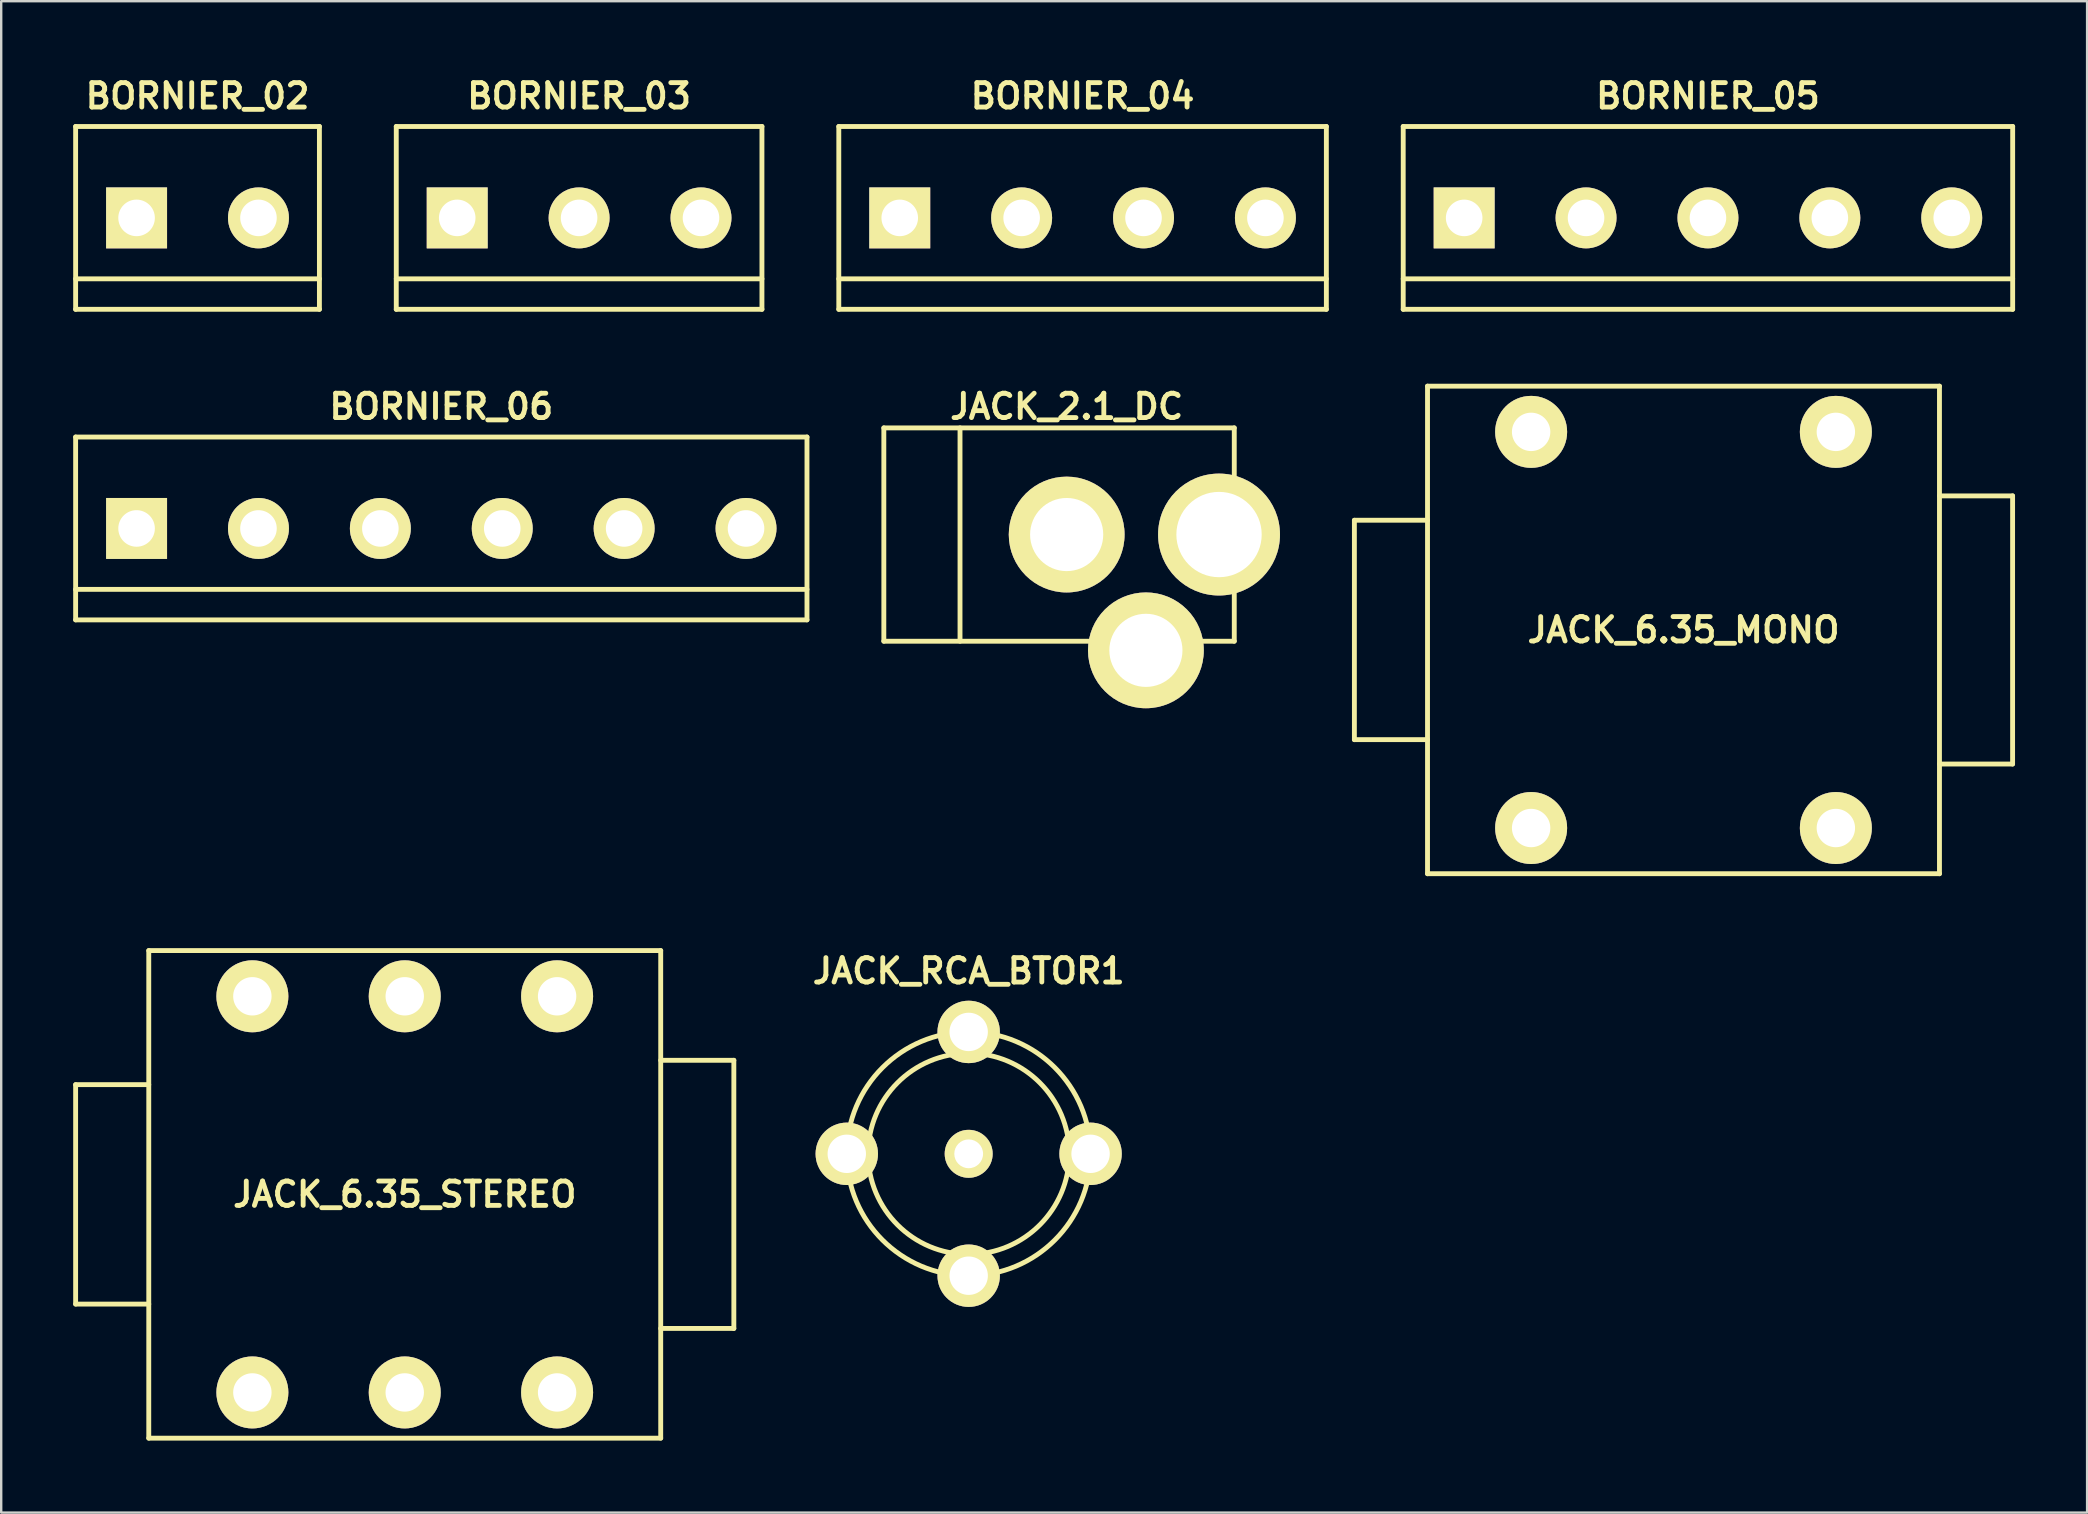
<source format=kicad_pcb>
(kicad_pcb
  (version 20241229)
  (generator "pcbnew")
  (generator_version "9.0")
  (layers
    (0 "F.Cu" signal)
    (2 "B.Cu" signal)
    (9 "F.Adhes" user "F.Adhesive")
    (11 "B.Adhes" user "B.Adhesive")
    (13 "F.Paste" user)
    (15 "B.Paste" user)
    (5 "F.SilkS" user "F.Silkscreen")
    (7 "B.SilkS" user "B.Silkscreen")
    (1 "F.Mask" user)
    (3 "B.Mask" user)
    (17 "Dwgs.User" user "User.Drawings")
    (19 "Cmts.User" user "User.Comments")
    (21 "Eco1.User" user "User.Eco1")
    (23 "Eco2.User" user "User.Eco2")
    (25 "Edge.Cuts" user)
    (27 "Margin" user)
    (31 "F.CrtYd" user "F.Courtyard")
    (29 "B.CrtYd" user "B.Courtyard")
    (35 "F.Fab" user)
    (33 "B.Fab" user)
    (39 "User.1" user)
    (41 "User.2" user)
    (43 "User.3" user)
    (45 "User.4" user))
  (footprint "BORNIER_04"
    (layer "F.Cu")
    (at 42.068 6.031)
    (property "Reference" "BORNIER_04" (at 0 -5.08 0) (layer "F.SilkS") (effects (font (size 1.016 1.016) (thickness 0.203))))
    (attr through_hole)
    (fp_line (start -10.16 -3.81) (end 10.16 -3.81) (stroke (width 0.203) (type solid)) (layer "F.SilkS"))
    (fp_line (start -10.16 2.54) (end 10.16 2.54) (stroke (width 0.203) (type solid)) (layer "F.SilkS"))
    (fp_line (start -10.16 3.81) (end -10.16 -3.81) (stroke (width 0.203) (type solid)) (layer "F.SilkS"))
    (fp_line (start -10.16 3.81) (end 10.16 3.81) (stroke (width 0.203) (type solid)) (layer "F.SilkS"))
    (fp_line (start 10.16 -3.81) (end 10.16 3.81) (stroke (width 0.203) (type solid)) (layer "F.SilkS"))
    (pad "1" thru_hole rect (at -7.62 0) (size 2.54 2.54) (drill 1.524) (layers "*.Cu" "*.Mask" "F.SilkS"))
    (pad "2" thru_hole circle (at -2.54 0) (size 2.54 2.54) (drill 1.524) (layers "*.Cu" "*.Mask" "F.SilkS"))
    (pad "3" thru_hole circle (at 2.54 0) (size 2.54 2.54) (drill 1.524) (layers "*.Cu" "*.Mask" "F.SilkS"))
    (pad "4" thru_hole circle (at 7.62 0) (size 2.54 2.54) (drill 1.524) (layers "*.Cu" "*.Mask" "F.SilkS")))
  (footprint "JACK_6.35_MONO"
    (layer "F.Cu")
    (at 67.112 23.204)
    (property "Reference" "JACK_6.35_MONO" (at 0 0 0) (layer "F.SilkS") (effects (font (size 1.016 1.016) (thickness 0.203))))
    (attr through_hole)
    (fp_line (start -13.716 -4.572) (end -13.716 4.572) (stroke (width 0.203) (type solid)) (layer "F.SilkS"))
    (fp_line (start -13.716 4.572) (end -10.668 4.572) (stroke (width 0.203) (type solid)) (layer "F.SilkS"))
    (fp_line (start -10.668 -10.16) (end 10.668 -10.16) (stroke (width 0.203) (type solid)) (layer "F.SilkS"))
    (fp_line (start -10.668 -4.572) (end -13.716 -4.572) (stroke (width 0.203) (type solid)) (layer "F.SilkS"))
    (fp_line (start -10.668 10.16) (end -10.668 -10.16) (stroke (width 0.203) (type solid)) (layer "F.SilkS"))
    (fp_line (start 10.668 -10.16) (end 10.668 10.16) (stroke (width 0.203) (type solid)) (layer "F.SilkS"))
    (fp_line (start 10.668 -5.588) (end 13.716 -5.588) (stroke (width 0.203) (type solid)) (layer "F.SilkS"))
    (fp_line (start 10.668 10.16) (end -10.668 10.16) (stroke (width 0.203) (type solid)) (layer "F.SilkS"))
    (fp_line (start 13.716 -5.588) (end 13.716 5.588) (stroke (width 0.203) (type solid)) (layer "F.SilkS"))
    (fp_line (start 13.716 5.588) (end 10.668 5.588) (stroke (width 0.203) (type solid)) (layer "F.SilkS"))
    (pad "S" thru_hole circle (at 6.35 -8.255) (size 3 3) (drill 1.6) (layers "*.Cu" "*.Mask" "F.SilkS"))
    (pad "SN" thru_hole circle (at 6.35 8.255) (size 3 3) (drill 1.6) (layers "*.Cu" "*.Mask" "F.SilkS"))
    (pad "T" thru_hole circle (at -6.35 -8.255) (size 3 3) (drill 1.6) (layers "*.Cu" "*.Mask" "F.SilkS"))
    (pad "TN" thru_hole circle (at -6.35 8.255) (size 3 3) (drill 1.6) (layers "*.Cu" "*.Mask" "F.SilkS")))
  (footprint "BORNIER_02"
    (layer "F.Cu")
    (at 5.182 6.031)
    (property "Reference" "BORNIER_02" (at 0 -5.08 0) (layer "F.SilkS") (effects (font (size 1.016 1.016) (thickness 0.203))))
    (attr through_hole)
    (fp_line (start -5.08 -3.81) (end -5.08 3.81) (stroke (width 0.203) (type solid)) (layer "F.SilkS"))
    (fp_line (start -5.08 3.81) (end 5.08 3.81) (stroke (width 0.203) (type solid)) (layer "F.SilkS"))
    (fp_line (start 5.08 -3.81) (end -5.08 -3.81) (stroke (width 0.203) (type solid)) (layer "F.SilkS"))
    (fp_line (start 5.08 2.54) (end -5.08 2.54) (stroke (width 0.203) (type solid)) (layer "F.SilkS"))
    (fp_line (start 5.08 3.81) (end 5.08 -3.81) (stroke (width 0.203) (type solid)) (layer "F.SilkS"))
    (pad "1" thru_hole rect (at -2.54 0) (size 2.54 2.54) (drill 1.524) (layers "*.Cu" "*.Mask" "F.SilkS"))
    (pad "2" thru_hole circle (at 2.54 0) (size 2.54 2.54) (drill 1.524) (layers "*.Cu" "*.Mask" "F.SilkS")))
  (footprint "JACK_6.35_STEREO"
    (layer "F.Cu")
    (at 13.818 46.727)
    (property "Reference" "JACK_6.35_STEREO" (at 0 0 0) (layer "F.SilkS") (effects (font (size 1.016 1.016) (thickness 0.203))))
    (attr through_hole)
    (fp_line (start -13.716 -4.572) (end -13.716 4.572) (stroke (width 0.203) (type solid)) (layer "F.SilkS"))
    (fp_line (start -13.716 4.572) (end -10.668 4.572) (stroke (width 0.203) (type solid)) (layer "F.SilkS"))
    (fp_line (start -10.668 -10.16) (end 10.668 -10.16) (stroke (width 0.203) (type solid)) (layer "F.SilkS"))
    (fp_line (start -10.668 -4.572) (end -13.716 -4.572) (stroke (width 0.203) (type solid)) (layer "F.SilkS"))
    (fp_line (start -10.668 10.16) (end -10.668 -10.16) (stroke (width 0.203) (type solid)) (layer "F.SilkS"))
    (fp_line (start 10.668 -10.16) (end 10.668 10.16) (stroke (width 0.203) (type solid)) (layer "F.SilkS"))
    (fp_line (start 10.668 -5.588) (end 13.716 -5.588) (stroke (width 0.203) (type solid)) (layer "F.SilkS"))
    (fp_line (start 10.668 10.16) (end -10.668 10.16) (stroke (width 0.203) (type solid)) (layer "F.SilkS"))
    (fp_line (start 13.716 -5.588) (end 13.716 5.588) (stroke (width 0.203) (type solid)) (layer "F.SilkS"))
    (fp_line (start 13.716 5.588) (end 10.668 5.588) (stroke (width 0.203) (type solid)) (layer "F.SilkS"))
    (pad "R" thru_hole circle (at 0 -8.255) (size 3 3) (drill 1.6) (layers "*.Cu" "*.Mask" "F.SilkS"))
    (pad "RN" thru_hole circle (at 0 8.255) (size 3 3) (drill 1.6) (layers "*.Cu" "*.Mask" "F.SilkS"))
    (pad "S" thru_hole circle (at 6.35 -8.255) (size 3 3) (drill 1.6) (layers "*.Cu" "*.Mask" "F.SilkS"))
    (pad "SN" thru_hole circle (at 6.35 8.255) (size 3 3) (drill 1.6) (layers "*.Cu" "*.Mask" "F.SilkS"))
    (pad "T" thru_hole circle (at -6.35 -8.255) (size 3 3) (drill 1.6) (layers "*.Cu" "*.Mask" "F.SilkS"))
    (pad "TN" thru_hole circle (at -6.35 8.255) (size 3 3) (drill 1.6) (layers "*.Cu" "*.Mask" "F.SilkS")))
  (footprint "BORNIER_06"
    (layer "F.Cu")
    (at 15.342 18.974)
    (property "Reference" "BORNIER_06" (at 0 -5.08 0) (layer "F.SilkS") (effects (font (size 1.016 1.016) (thickness 0.203))))
    (attr through_hole)
    (fp_line (start -15.24 -3.81) (end 15.24 -3.81) (stroke (width 0.203) (type solid)) (layer "F.SilkS"))
    (fp_line (start -15.24 2.54) (end 15.24 2.54) (stroke (width 0.203) (type solid)) (layer "F.SilkS"))
    (fp_line (start -15.24 3.81) (end -15.24 -3.81) (stroke (width 0.203) (type solid)) (layer "F.SilkS"))
    (fp_line (start -15.24 3.81) (end 15.24 3.81) (stroke (width 0.203) (type solid)) (layer "F.SilkS"))
    (fp_line (start 15.24 -3.81) (end 15.24 3.81) (stroke (width 0.203) (type solid)) (layer "F.SilkS"))
    (pad "1" thru_hole rect (at -12.7 0) (size 2.54 2.54) (drill 1.524) (layers "*.Cu" "*.Mask" "F.SilkS"))
    (pad "2" thru_hole circle (at -7.62 0) (size 2.54 2.54) (drill 1.524) (layers "*.Cu" "*.Mask" "F.SilkS"))
    (pad "3" thru_hole circle (at -2.54 0) (size 2.54 2.54) (drill 1.524) (layers "*.Cu" "*.Mask" "F.SilkS"))
    (pad "4" thru_hole circle (at 2.54 0) (size 2.54 2.54) (drill 1.524) (layers "*.Cu" "*.Mask" "F.SilkS"))
    (pad "5" thru_hole circle (at 7.62 0) (size 2.54 2.54) (drill 1.524) (layers "*.Cu" "*.Mask" "F.SilkS"))
    (pad "6" thru_hole circle (at 12.7 0) (size 2.54 2.54) (drill 1.524) (layers "*.Cu" "*.Mask" "F.SilkS")))
  (footprint "BORNIER_05"
    (layer "F.Cu")
    (at 68.131 6.031)
    (property "Reference" "BORNIER_05" (at 0 -5.08 0) (layer "F.SilkS") (effects (font (size 1.016 1.016) (thickness 0.203))))
    (attr through_hole)
    (fp_line (start -12.7 -3.81) (end 12.7 -3.81) (stroke (width 0.203) (type solid)) (layer "F.SilkS"))
    (fp_line (start -12.7 2.54) (end 12.7 2.54) (stroke (width 0.203) (type solid)) (layer "F.SilkS"))
    (fp_line (start -12.7 3.81) (end -12.7 -3.81) (stroke (width 0.203) (type solid)) (layer "F.SilkS"))
    (fp_line (start -12.7 3.81) (end 12.7 3.81) (stroke (width 0.203) (type solid)) (layer "F.SilkS"))
    (fp_line (start 12.7 -3.81) (end 12.7 3.81) (stroke (width 0.203) (type solid)) (layer "F.SilkS"))
    (pad "1" thru_hole rect (at -10.16 0) (size 2.54 2.54) (drill 1.524) (layers "*.Cu" "*.Mask" "F.SilkS"))
    (pad "2" thru_hole circle (at -5.08 0) (size 2.54 2.54) (drill 1.524) (layers "*.Cu" "*.Mask" "F.SilkS"))
    (pad "3" thru_hole circle (at 0 0) (size 2.54 2.54) (drill 1.524) (layers "*.Cu" "*.Mask" "F.SilkS"))
    (pad "4" thru_hole circle (at 5.08 0) (size 2.54 2.54) (drill 1.524) (layers "*.Cu" "*.Mask" "F.SilkS"))
    (pad "5" thru_hole circle (at 10.16 0) (size 2.54 2.54) (drill 1.524) (layers "*.Cu" "*.Mask" "F.SilkS")))
  (footprint "JACK_RCA_BTOR1"
    (layer "F.Cu")
    (at 37.321 45.037)
    (property "Reference" "JACK_RCA_BTOR1" (at 0 -7.62 0) (layer "F.SilkS") (effects (font (size 1.016 1.016) (thickness 0.203))))
    (attr through_hole)
    (fp_circle (center 0 0) (end 4.191 0) (stroke (width 0.203) (type solid)) (fill no) (layer "F.SilkS"))
    (fp_circle (center 0 0) (end 5.08 0) (stroke (width 0.203) (type solid)) (fill no) (layer "F.SilkS"))
    (pad "S" thru_hole circle (at -5.08 0) (size 2.601 2.601) (drill 1.6) (layers "*.Cu" "*.Mask" "F.SilkS"))
    (pad "S" thru_hole circle (at 0 -5.08) (size 2.601 2.601) (drill 1.6) (layers "*.Cu" "*.Mask" "F.SilkS"))
    (pad "S" thru_hole circle (at 0 5.08) (size 2.601 2.601) (drill 1.6) (layers "*.Cu" "*.Mask" "F.SilkS"))
    (pad "S" thru_hole circle (at 5.08 0) (size 2.601 2.601) (drill 1.6) (layers "*.Cu" "*.Mask" "F.SilkS"))
    (pad "T" thru_hole circle (at 0 0) (size 1.999 1.999) (drill 1.199) (layers "*.Cu" "*.Mask" "F.SilkS")))
  (footprint "BORNIER_03"
    (layer "F.Cu")
    (at 21.085 6.031)
    (property "Reference" "BORNIER_03" (at 0 -5.08 0) (layer "F.SilkS") (effects (font (size 1.016 1.016) (thickness 0.203))))
    (attr through_hole)
    (fp_line (start -7.62 -3.81) (end 7.62 -3.81) (stroke (width 0.203) (type solid)) (layer "F.SilkS"))
    (fp_line (start -7.62 2.54) (end 7.62 2.54) (stroke (width 0.203) (type solid)) (layer "F.SilkS"))
    (fp_line (start -7.62 3.81) (end -7.62 -3.81) (stroke (width 0.203) (type solid)) (layer "F.SilkS"))
    (fp_line (start -7.62 3.81) (end 7.62 3.81) (stroke (width 0.203) (type solid)) (layer "F.SilkS"))
    (fp_line (start 7.62 3.81) (end 7.62 -3.81) (stroke (width 0.203) (type solid)) (layer "F.SilkS"))
    (pad "1" thru_hole rect (at -5.08 0) (size 2.54 2.54) (drill 1.524) (layers "*.Cu" "*.Mask" "F.SilkS"))
    (pad "2" thru_hole circle (at 0 0) (size 2.54 2.54) (drill 1.524) (layers "*.Cu" "*.Mask" "F.SilkS"))
    (pad "3" thru_hole circle (at 5.08 0) (size 2.54 2.54) (drill 1.524) (layers "*.Cu" "*.Mask" "F.SilkS")))
  (footprint "JACK_2.1_DC"
    (layer "F.Cu")
    (at 41.405 19.228)
    (property "Reference" "JACK_2.1_DC" (at 0 -5.334 0) (layer "F.SilkS") (effects (font (size 1.016 1.016) (thickness 0.203))))
    (attr through_hole)
    (fp_line (start -7.62 -4.445) (end -7.62 4.445) (stroke (width 0.203) (type solid)) (layer "F.SilkS"))
    (fp_line (start -4.445 -4.445) (end -4.445 4.445) (stroke (width 0.203) (type solid)) (layer "F.SilkS"))
    (fp_line (start 6.985 -4.445) (end -7.62 -4.445) (stroke (width 0.203) (type solid)) (layer "F.SilkS"))
    (fp_line (start 6.985 -4.445) (end 6.985 4.445) (stroke (width 0.203) (type solid)) (layer "F.SilkS"))
    (fp_line (start 6.985 4.445) (end -7.62 4.445) (stroke (width 0.203) (type solid)) (layer "F.SilkS"))
    (pad "1" thru_hole circle (at 0 0) (size 4.826 4.826) (drill 3.048) (layers "*.Cu" "*.Mask" "F.SilkS"))
    (pad "2" thru_hole circle (at 3.302 4.826) (size 4.826 4.826) (drill 3.048) (layers "*.Cu" "*.Mask" "F.SilkS"))
    (pad "3" thru_hole circle (at 6.35 0) (size 5.08 5.08) (drill 3.556) (layers "*.Cu" "*.Mask" "F.SilkS")))
  (gr_rect
    (start -3 -3)
    (end 83.933 59.989)
    (stroke (width 0.1) (type default))
    (fill no)
    (layer "Edge.Cuts")))
</source>
